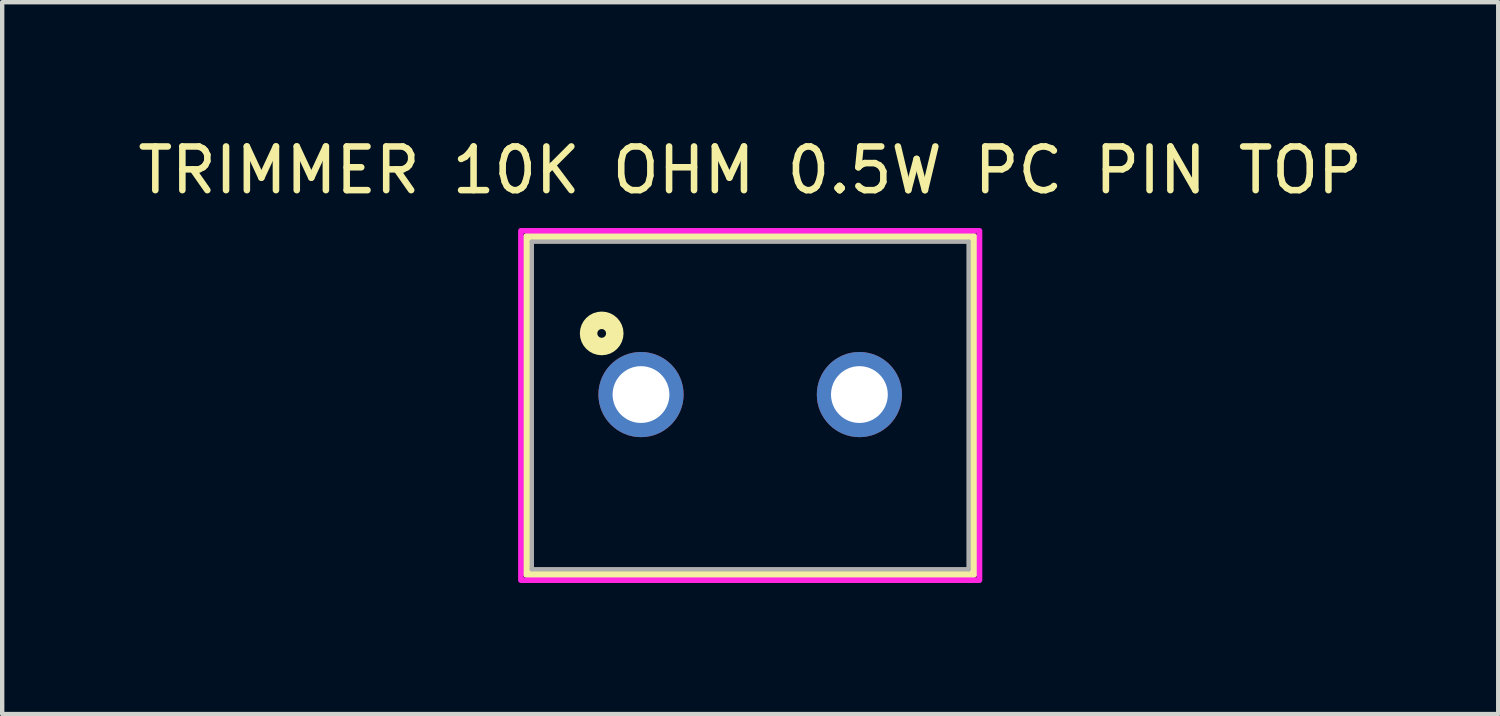
<source format=kicad_pcb>
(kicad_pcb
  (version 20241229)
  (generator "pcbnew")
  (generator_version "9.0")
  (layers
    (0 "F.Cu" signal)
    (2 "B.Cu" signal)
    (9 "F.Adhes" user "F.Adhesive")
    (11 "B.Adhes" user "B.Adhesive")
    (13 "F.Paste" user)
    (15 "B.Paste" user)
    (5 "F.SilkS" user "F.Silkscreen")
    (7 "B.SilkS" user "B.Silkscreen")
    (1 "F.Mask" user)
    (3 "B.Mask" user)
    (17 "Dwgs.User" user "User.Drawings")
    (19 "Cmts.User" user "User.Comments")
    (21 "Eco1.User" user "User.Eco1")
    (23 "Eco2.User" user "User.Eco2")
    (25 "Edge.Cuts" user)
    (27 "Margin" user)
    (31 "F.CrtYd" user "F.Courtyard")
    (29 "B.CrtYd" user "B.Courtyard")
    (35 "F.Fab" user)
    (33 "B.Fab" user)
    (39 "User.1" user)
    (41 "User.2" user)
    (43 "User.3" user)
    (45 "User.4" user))
  (footprint "TRIMMER 10K OHM 0.5W PC PIN TOP"
    (layer "F.Cu")
    (at 14.125 5.983)
    (property "Reference" "TRIMMER 10K OHM 0.5W PC PIN TOP" (at 0 -5.135 0) (layer "F.SilkS") (effects (font (size 1 1) (thickness 0.15))))
    (attr through_hole)
    (fp_line (start -5.1 -3.6) (end 5.1 -3.6) (stroke (width 0.2) (type solid)) (layer "F.SilkS"))
    (fp_line (start -5.1 4.1) (end -5.1 -3.6) (stroke (width 0.2) (type solid)) (layer "F.SilkS"))
    (fp_line (start 5.1 -3.6) (end 5.1 4.1) (stroke (width 0.2) (type solid)) (layer "F.SilkS"))
    (fp_line (start 5.1 4.1) (end -5.1 4.1) (stroke (width 0.2) (type solid)) (layer "F.SilkS"))
    (fp_circle (center -3.4 -1.4) (end -3.3 -1.4) (stroke (width 0.4) (type solid)) (fill no) (layer "F.SilkS"))
    (fp_poly (pts (xy -5.25 -3.75) (xy 5.25 -3.75) (xy 5.25 4.25) (xy -5.25 4.25)) (stroke (width 0.127) (type solid)) (fill no) (layer "F.CrtYd"))
    (fp_line (start -5 -3.5) (end 5 -3.5) (stroke (width 0.1) (type solid)) (layer "F.Fab"))
    (fp_line (start -5 4) (end -5 -3.5) (stroke (width 0.1) (type solid)) (layer "F.Fab"))
    (fp_line (start 5 -3.5) (end 5 4) (stroke (width 0.1) (type solid)) (layer "F.Fab"))
    (fp_line (start 5 4) (end -5 4) (stroke (width 0.1) (type solid)) (layer "F.Fab"))
    (pad "1" thru_hole circle (at -2.5 0) (size 1.95 1.95) (drill 1.3) (layers "*.Cu" "*.Mask"))
    (pad "2" thru_hole circle (at 2.5 0) (size 1.95 1.95) (drill 1.3) (layers "*.Cu" "*.Mask")))
  (gr_rect
    (start -3 -3)
    (end 31.25 13.297)
    (stroke (width 0.1) (type default))
    (fill no)
    (layer "Edge.Cuts")))
</source>
